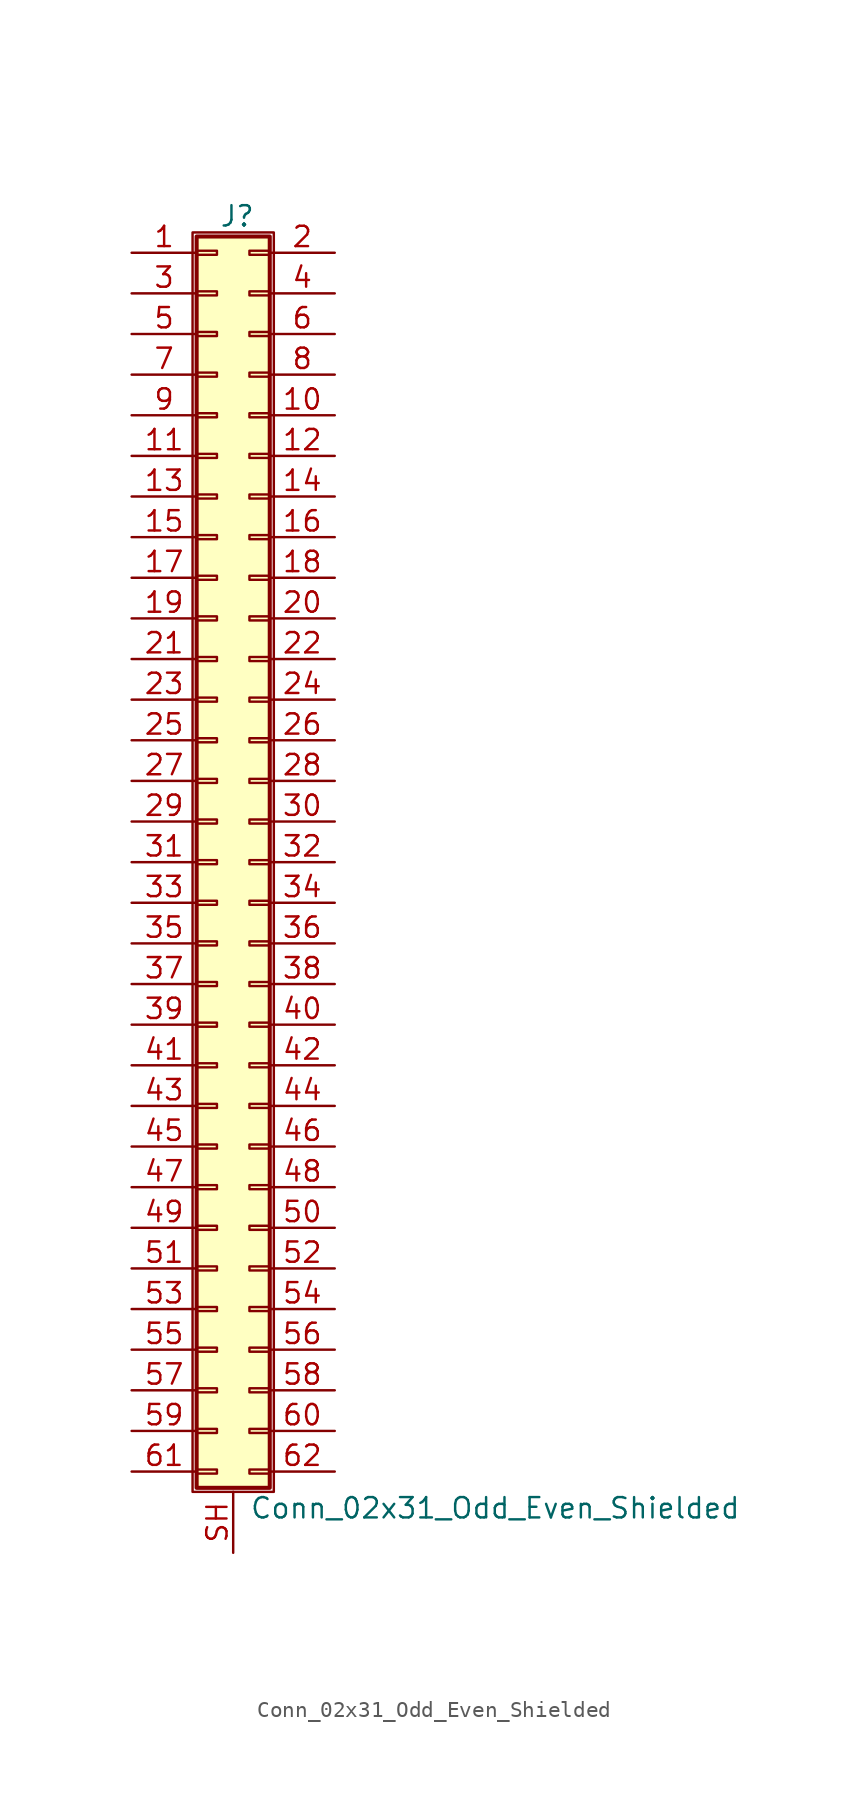
<source format=kicad_sym>
(kicad_symbol_lib
  (version 20201005)
  (generator kicad_symbol_editor)
  (symbol "Connector_Generic_Shielded:Conn_02x31_Odd_Even_Shielded"
    (pin_names
      (offset 1.016) hide)
    (property "Reference" "J"
      (at 1.524 40.386 0)
      (effects (font (size 1.27 1.27))))
    (property "Value" "Conn_02x31_Odd_Even_Shielded"
      (at 2.286 -40.386 0)
      (effects (font (size 1.27 1.27)) (justify left)))
    (symbol "Conn_02x31_Odd_Even_Shielded_1_1"
      (rectangle (start -1.016 -27.813) (end 0.254 -28.067) (stroke (width 0.152)) (fill (type none)))
      (rectangle (start -1.016 -30.353) (end 0.254 -30.607) (stroke (width 0.152)) (fill (type none)))
      (rectangle (start -1.016 -32.893) (end 0.254 -33.147) (stroke (width 0.152)) (fill (type none)))
      (rectangle (start -1.016 -35.433) (end 0.254 -35.687) (stroke (width 0.152)) (fill (type none)))
      (rectangle (start -1.016 -37.973) (end 0.254 -38.227) (stroke (width 0.152)) (fill (type none)))
      (rectangle (start -1.016 -4.953) (end 0.254 -5.207) (stroke (width 0.152)) (fill (type none)))
      (rectangle (start -1.016 -7.493) (end 0.254 -7.747) (stroke (width 0.152)) (fill (type none)))
      (rectangle (start -1.016 -10.033) (end 0.254 -10.287) (stroke (width 0.152)) (fill (type none)))
      (rectangle (start -1.016 -12.573) (end 0.254 -12.827) (stroke (width 0.152)) (fill (type none)))
      (rectangle (start -1.016 -15.113) (end 0.254 -15.367) (stroke (width 0.152)) (fill (type none)))
      (rectangle (start -1.016 -17.653) (end 0.254 -17.907) (stroke (width 0.152)) (fill (type none)))
      (rectangle (start -1.016 -20.193) (end 0.254 -20.447) (stroke (width 0.152)) (fill (type none)))
      (rectangle (start -1.016 -22.733) (end 0.254 -22.987) (stroke (width 0.152)) (fill (type none)))
      (rectangle (start -1.016 -2.413) (end 0.254 -2.667) (stroke (width 0.152)) (fill (type none)))
      (rectangle (start -1.016 -25.273) (end 0.254 -25.527) (stroke (width 0.152)) (fill (type none)))
      (rectangle (start -1.016 25.527) (end 0.254 25.273) (stroke (width 0.152)) (fill (type none)))
      (rectangle (start -1.016 2.667) (end 0.254 2.413) (stroke (width 0.152)) (fill (type none)))
      (rectangle (start -1.016 28.067) (end 0.254 27.813) (stroke (width 0.152)) (fill (type none)))
      (rectangle (start -1.016 30.607) (end 0.254 30.353) (stroke (width 0.152)) (fill (type none)))
      (rectangle (start -1.016 33.147) (end 0.254 32.893) (stroke (width 0.152)) (fill (type none)))
      (rectangle (start -1.016 35.687) (end 0.254 35.433) (stroke (width 0.152)) (fill (type none)))
      (rectangle (start -1.016 38.227) (end 0.254 37.973) (stroke (width 0.152)) (fill (type none)))
      (rectangle (start -1.016 39.116) (end 3.556 -39.116) (stroke (width 0.254)) (fill (type background)))
      (rectangle (start -1.016 5.207) (end 0.254 4.953) (stroke (width 0.152)) (fill (type none)))
      (rectangle (start -1.016 7.747) (end 0.254 7.493) (stroke (width 0.152)) (fill (type none)))
      (rectangle (start -1.016 10.287) (end 0.254 10.033) (stroke (width 0.152)) (fill (type none)))
      (rectangle (start -1.016 0.127) (end 0.254 -0.127) (stroke (width 0.152)) (fill (type none)))
      (rectangle (start -1.016 12.827) (end 0.254 12.573) (stroke (width 0.152)) (fill (type none)))
      (rectangle (start -1.016 15.367) (end 0.254 15.113) (stroke (width 0.152)) (fill (type none)))
      (rectangle (start -1.016 17.907) (end 0.254 17.653) (stroke (width 0.152)) (fill (type none)))
      (rectangle (start -1.016 20.447) (end 0.254 20.193) (stroke (width 0.152)) (fill (type none)))
      (rectangle (start -1.016 22.987) (end 0.254 22.733) (stroke (width 0.152)) (fill (type none)))
      (rectangle (start -1.27 39.37) (end 3.81 -39.37) (stroke (width 0.152)) (fill (type none)))
      (rectangle (start 3.556 -27.813) (end 2.286 -28.067) (stroke (width 0.152)) (fill (type none)))
      (rectangle (start 3.556 -30.353) (end 2.286 -30.607) (stroke (width 0.152)) (fill (type none)))
      (rectangle (start 3.556 -32.893) (end 2.286 -33.147) (stroke (width 0.152)) (fill (type none)))
      (rectangle (start 3.556 -35.433) (end 2.286 -35.687) (stroke (width 0.152)) (fill (type none)))
      (rectangle (start 3.556 -37.973) (end 2.286 -38.227) (stroke (width 0.152)) (fill (type none)))
      (rectangle (start 3.556 -4.953) (end 2.286 -5.207) (stroke (width 0.152)) (fill (type none)))
      (rectangle (start 3.556 -7.493) (end 2.286 -7.747) (stroke (width 0.152)) (fill (type none)))
      (rectangle (start 3.556 -10.033) (end 2.286 -10.287) (stroke (width 0.152)) (fill (type none)))
      (rectangle (start 3.556 -12.573) (end 2.286 -12.827) (stroke (width 0.152)) (fill (type none)))
      (rectangle (start 3.556 -15.113) (end 2.286 -15.367) (stroke (width 0.152)) (fill (type none)))
      (rectangle (start 3.556 -17.653) (end 2.286 -17.907) (stroke (width 0.152)) (fill (type none)))
      (rectangle (start 3.556 -20.193) (end 2.286 -20.447) (stroke (width 0.152)) (fill (type none)))
      (rectangle (start 3.556 -22.733) (end 2.286 -22.987) (stroke (width 0.152)) (fill (type none)))
      (rectangle (start 3.556 -2.413) (end 2.286 -2.667) (stroke (width 0.152)) (fill (type none)))
      (rectangle (start 3.556 -25.273) (end 2.286 -25.527) (stroke (width 0.152)) (fill (type none)))
      (rectangle (start 3.556 25.527) (end 2.286 25.273) (stroke (width 0.152)) (fill (type none)))
      (rectangle (start 3.556 2.667) (end 2.286 2.413) (stroke (width 0.152)) (fill (type none)))
      (rectangle (start 3.556 28.067) (end 2.286 27.813) (stroke (width 0.152)) (fill (type none)))
      (rectangle (start 3.556 30.607) (end 2.286 30.353) (stroke (width 0.152)) (fill (type none)))
      (rectangle (start 3.556 33.147) (end 2.286 32.893) (stroke (width 0.152)) (fill (type none)))
      (rectangle (start 3.556 35.687) (end 2.286 35.433) (stroke (width 0.152)) (fill (type none)))
      (rectangle (start 3.556 38.227) (end 2.286 37.973) (stroke (width 0.152)) (fill (type none)))
      (rectangle (start 3.556 5.207) (end 2.286 4.953) (stroke (width 0.152)) (fill (type none)))
      (rectangle (start 3.556 7.747) (end 2.286 7.493) (stroke (width 0.152)) (fill (type none)))
      (rectangle (start 3.556 10.287) (end 2.286 10.033) (stroke (width 0.152)) (fill (type none)))
      (rectangle (start 3.556 0.127) (end 2.286 -0.127) (stroke (width 0.152)) (fill (type none)))
      (rectangle (start 3.556 12.827) (end 2.286 12.573) (stroke (width 0.152)) (fill (type none)))
      (rectangle (start 3.556 15.367) (end 2.286 15.113) (stroke (width 0.152)) (fill (type none)))
      (rectangle (start 3.556 17.907) (end 2.286 17.653) (stroke (width 0.152)) (fill (type none)))
      (rectangle (start 3.556 20.447) (end 2.286 20.193) (stroke (width 0.152)) (fill (type none)))
      (rectangle (start 3.556 22.987) (end 2.286 22.733) (stroke (width 0.152)) (fill (type none)))
      (pin passive line (at -5.08 38.1 0) (length 4.064) (name "Pin_1" (effects (font (size 1.27 1.27)))) (number "1" (effects (font (size 1.27 1.27)))))
      (pin passive line (at 7.62 27.94 180) (length 4.064) (name "Pin_10" (effects (font (size 1.27 1.27)))) (number "10" (effects (font (size 1.27 1.27)))))
      (pin passive line (at -5.08 25.4 0) (length 4.064) (name "Pin_11" (effects (font (size 1.27 1.27)))) (number "11" (effects (font (size 1.27 1.27)))))
      (pin passive line (at 7.62 25.4 180) (length 4.064) (name "Pin_12" (effects (font (size 1.27 1.27)))) (number "12" (effects (font (size 1.27 1.27)))))
      (pin passive line (at -5.08 22.86 0) (length 4.064) (name "Pin_13" (effects (font (size 1.27 1.27)))) (number "13" (effects (font (size 1.27 1.27)))))
      (pin passive line (at 7.62 22.86 180) (length 4.064) (name "Pin_14" (effects (font (size 1.27 1.27)))) (number "14" (effects (font (size 1.27 1.27)))))
      (pin passive line (at -5.08 20.32 0) (length 4.064) (name "Pin_15" (effects (font (size 1.27 1.27)))) (number "15" (effects (font (size 1.27 1.27)))))
      (pin passive line (at 7.62 20.32 180) (length 4.064) (name "Pin_16" (effects (font (size 1.27 1.27)))) (number "16" (effects (font (size 1.27 1.27)))))
      (pin passive line (at -5.08 17.78 0) (length 4.064) (name "Pin_17" (effects (font (size 1.27 1.27)))) (number "17" (effects (font (size 1.27 1.27)))))
      (pin passive line (at 7.62 17.78 180) (length 4.064) (name "Pin_18" (effects (font (size 1.27 1.27)))) (number "18" (effects (font (size 1.27 1.27)))))
      (pin passive line (at -5.08 15.24 0) (length 4.064) (name "Pin_19" (effects (font (size 1.27 1.27)))) (number "19" (effects (font (size 1.27 1.27)))))
      (pin passive line (at 7.62 38.1 180) (length 4.064) (name "Pin_2" (effects (font (size 1.27 1.27)))) (number "2" (effects (font (size 1.27 1.27)))))
      (pin passive line (at 7.62 15.24 180) (length 4.064) (name "Pin_20" (effects (font (size 1.27 1.27)))) (number "20" (effects (font (size 1.27 1.27)))))
      (pin passive line (at -5.08 12.7 0) (length 4.064) (name "Pin_21" (effects (font (size 1.27 1.27)))) (number "21" (effects (font (size 1.27 1.27)))))
      (pin passive line (at 7.62 12.7 180) (length 4.064) (name "Pin_22" (effects (font (size 1.27 1.27)))) (number "22" (effects (font (size 1.27 1.27)))))
      (pin passive line (at -5.08 10.16 0) (length 4.064) (name "Pin_23" (effects (font (size 1.27 1.27)))) (number "23" (effects (font (size 1.27 1.27)))))
      (pin passive line (at 7.62 10.16 180) (length 4.064) (name "Pin_24" (effects (font (size 1.27 1.27)))) (number "24" (effects (font (size 1.27 1.27)))))
      (pin passive line (at -5.08 7.62 0) (length 4.064) (name "Pin_25" (effects (font (size 1.27 1.27)))) (number "25" (effects (font (size 1.27 1.27)))))
      (pin passive line (at 7.62 7.62 180) (length 4.064) (name "Pin_26" (effects (font (size 1.27 1.27)))) (number "26" (effects (font (size 1.27 1.27)))))
      (pin passive line (at -5.08 5.08 0) (length 4.064) (name "Pin_27" (effects (font (size 1.27 1.27)))) (number "27" (effects (font (size 1.27 1.27)))))
      (pin passive line (at 7.62 5.08 180) (length 4.064) (name "Pin_28" (effects (font (size 1.27 1.27)))) (number "28" (effects (font (size 1.27 1.27)))))
      (pin passive line (at -5.08 2.54 0) (length 4.064) (name "Pin_29" (effects (font (size 1.27 1.27)))) (number "29" (effects (font (size 1.27 1.27)))))
      (pin passive line (at -5.08 35.56 0) (length 4.064) (name "Pin_3" (effects (font (size 1.27 1.27)))) (number "3" (effects (font (size 1.27 1.27)))))
      (pin passive line (at 7.62 2.54 180) (length 4.064) (name "Pin_30" (effects (font (size 1.27 1.27)))) (number "30" (effects (font (size 1.27 1.27)))))
      (pin passive line (at -5.08 0 0) (length 4.064) (name "Pin_31" (effects (font (size 1.27 1.27)))) (number "31" (effects (font (size 1.27 1.27)))))
      (pin passive line (at 7.62 0 180) (length 4.064) (name "Pin_32" (effects (font (size 1.27 1.27)))) (number "32" (effects (font (size 1.27 1.27)))))
      (pin passive line (at -5.08 -2.54 0) (length 4.064) (name "Pin_33" (effects (font (size 1.27 1.27)))) (number "33" (effects (font (size 1.27 1.27)))))
      (pin passive line (at 7.62 -2.54 180) (length 4.064) (name "Pin_34" (effects (font (size 1.27 1.27)))) (number "34" (effects (font (size 1.27 1.27)))))
      (pin passive line (at -5.08 -5.08 0) (length 4.064) (name "Pin_35" (effects (font (size 1.27 1.27)))) (number "35" (effects (font (size 1.27 1.27)))))
      (pin passive line (at 7.62 -5.08 180) (length 4.064) (name "Pin_36" (effects (font (size 1.27 1.27)))) (number "36" (effects (font (size 1.27 1.27)))))
      (pin passive line (at -5.08 -7.62 0) (length 4.064) (name "Pin_37" (effects (font (size 1.27 1.27)))) (number "37" (effects (font (size 1.27 1.27)))))
      (pin passive line (at 7.62 -7.62 180) (length 4.064) (name "Pin_38" (effects (font (size 1.27 1.27)))) (number "38" (effects (font (size 1.27 1.27)))))
      (pin passive line (at -5.08 -10.16 0) (length 4.064) (name "Pin_39" (effects (font (size 1.27 1.27)))) (number "39" (effects (font (size 1.27 1.27)))))
      (pin passive line (at 7.62 35.56 180) (length 4.064) (name "Pin_4" (effects (font (size 1.27 1.27)))) (number "4" (effects (font (size 1.27 1.27)))))
      (pin passive line (at 7.62 -10.16 180) (length 4.064) (name "Pin_40" (effects (font (size 1.27 1.27)))) (number "40" (effects (font (size 1.27 1.27)))))
      (pin passive line (at -5.08 -12.7 0) (length 4.064) (name "Pin_41" (effects (font (size 1.27 1.27)))) (number "41" (effects (font (size 1.27 1.27)))))
      (pin passive line (at 7.62 -12.7 180) (length 4.064) (name "Pin_42" (effects (font (size 1.27 1.27)))) (number "42" (effects (font (size 1.27 1.27)))))
      (pin passive line (at -5.08 -15.24 0) (length 4.064) (name "Pin_43" (effects (font (size 1.27 1.27)))) (number "43" (effects (font (size 1.27 1.27)))))
      (pin passive line (at 7.62 -15.24 180) (length 4.064) (name "Pin_44" (effects (font (size 1.27 1.27)))) (number "44" (effects (font (size 1.27 1.27)))))
      (pin passive line (at -5.08 -17.78 0) (length 4.064) (name "Pin_45" (effects (font (size 1.27 1.27)))) (number "45" (effects (font (size 1.27 1.27)))))
      (pin passive line (at 7.62 -17.78 180) (length 4.064) (name "Pin_46" (effects (font (size 1.27 1.27)))) (number "46" (effects (font (size 1.27 1.27)))))
      (pin passive line (at -5.08 -20.32 0) (length 4.064) (name "Pin_47" (effects (font (size 1.27 1.27)))) (number "47" (effects (font (size 1.27 1.27)))))
      (pin passive line (at 7.62 -20.32 180) (length 4.064) (name "Pin_48" (effects (font (size 1.27 1.27)))) (number "48" (effects (font (size 1.27 1.27)))))
      (pin passive line (at -5.08 -22.86 0) (length 4.064) (name "Pin_49" (effects (font (size 1.27 1.27)))) (number "49" (effects (font (size 1.27 1.27)))))
      (pin passive line (at -5.08 33.02 0) (length 4.064) (name "Pin_5" (effects (font (size 1.27 1.27)))) (number "5" (effects (font (size 1.27 1.27)))))
      (pin passive line (at 7.62 -22.86 180) (length 4.064) (name "Pin_50" (effects (font (size 1.27 1.27)))) (number "50" (effects (font (size 1.27 1.27)))))
      (pin passive line (at -5.08 -25.4 0) (length 4.064) (name "Pin_51" (effects (font (size 1.27 1.27)))) (number "51" (effects (font (size 1.27 1.27)))))
      (pin passive line (at 7.62 -25.4 180) (length 4.064) (name "Pin_52" (effects (font (size 1.27 1.27)))) (number "52" (effects (font (size 1.27 1.27)))))
      (pin passive line (at -5.08 -27.94 0) (length 4.064) (name "Pin_53" (effects (font (size 1.27 1.27)))) (number "53" (effects (font (size 1.27 1.27)))))
      (pin passive line (at 7.62 -27.94 180) (length 4.064) (name "Pin_54" (effects (font (size 1.27 1.27)))) (number "54" (effects (font (size 1.27 1.27)))))
      (pin passive line (at -5.08 -30.48 0) (length 4.064) (name "Pin_55" (effects (font (size 1.27 1.27)))) (number "55" (effects (font (size 1.27 1.27)))))
      (pin passive line (at 7.62 -30.48 180) (length 4.064) (name "Pin_56" (effects (font (size 1.27 1.27)))) (number "56" (effects (font (size 1.27 1.27)))))
      (pin passive line (at -5.08 -33.02 0) (length 4.064) (name "Pin_57" (effects (font (size 1.27 1.27)))) (number "57" (effects (font (size 1.27 1.27)))))
      (pin passive line (at 7.62 -33.02 180) (length 4.064) (name "Pin_58" (effects (font (size 1.27 1.27)))) (number "58" (effects (font (size 1.27 1.27)))))
      (pin passive line (at -5.08 -35.56 0) (length 4.064) (name "Pin_59" (effects (font (size 1.27 1.27)))) (number "59" (effects (font (size 1.27 1.27)))))
      (pin passive line (at 7.62 33.02 180) (length 4.064) (name "Pin_6" (effects (font (size 1.27 1.27)))) (number "6" (effects (font (size 1.27 1.27)))))
      (pin passive line (at 7.62 -35.56 180) (length 4.064) (name "Pin_60" (effects (font (size 1.27 1.27)))) (number "60" (effects (font (size 1.27 1.27)))))
      (pin passive line (at -5.08 -38.1 0) (length 4.064) (name "Pin_61" (effects (font (size 1.27 1.27)))) (number "61" (effects (font (size 1.27 1.27)))))
      (pin passive line (at 7.62 -38.1 180) (length 4.064) (name "Pin_62" (effects (font (size 1.27 1.27)))) (number "62" (effects (font (size 1.27 1.27)))))
      (pin passive line (at -5.08 30.48 0) (length 4.064) (name "Pin_7" (effects (font (size 1.27 1.27)))) (number "7" (effects (font (size 1.27 1.27)))))
      (pin passive line (at 7.62 30.48 180) (length 4.064) (name "Pin_8" (effects (font (size 1.27 1.27)))) (number "8" (effects (font (size 1.27 1.27)))))
      (pin passive line (at -5.08 27.94 0) (length 4.064) (name "Pin_9" (effects (font (size 1.27 1.27)))) (number "9" (effects (font (size 1.27 1.27)))))
      (pin passive line (at 1.27 -43.18 90) (length 3.81) (name "Shield" (effects (font (size 1.27 1.27)))) (number "SH" (effects (font (size 1.27 1.27))))))))
</source>
